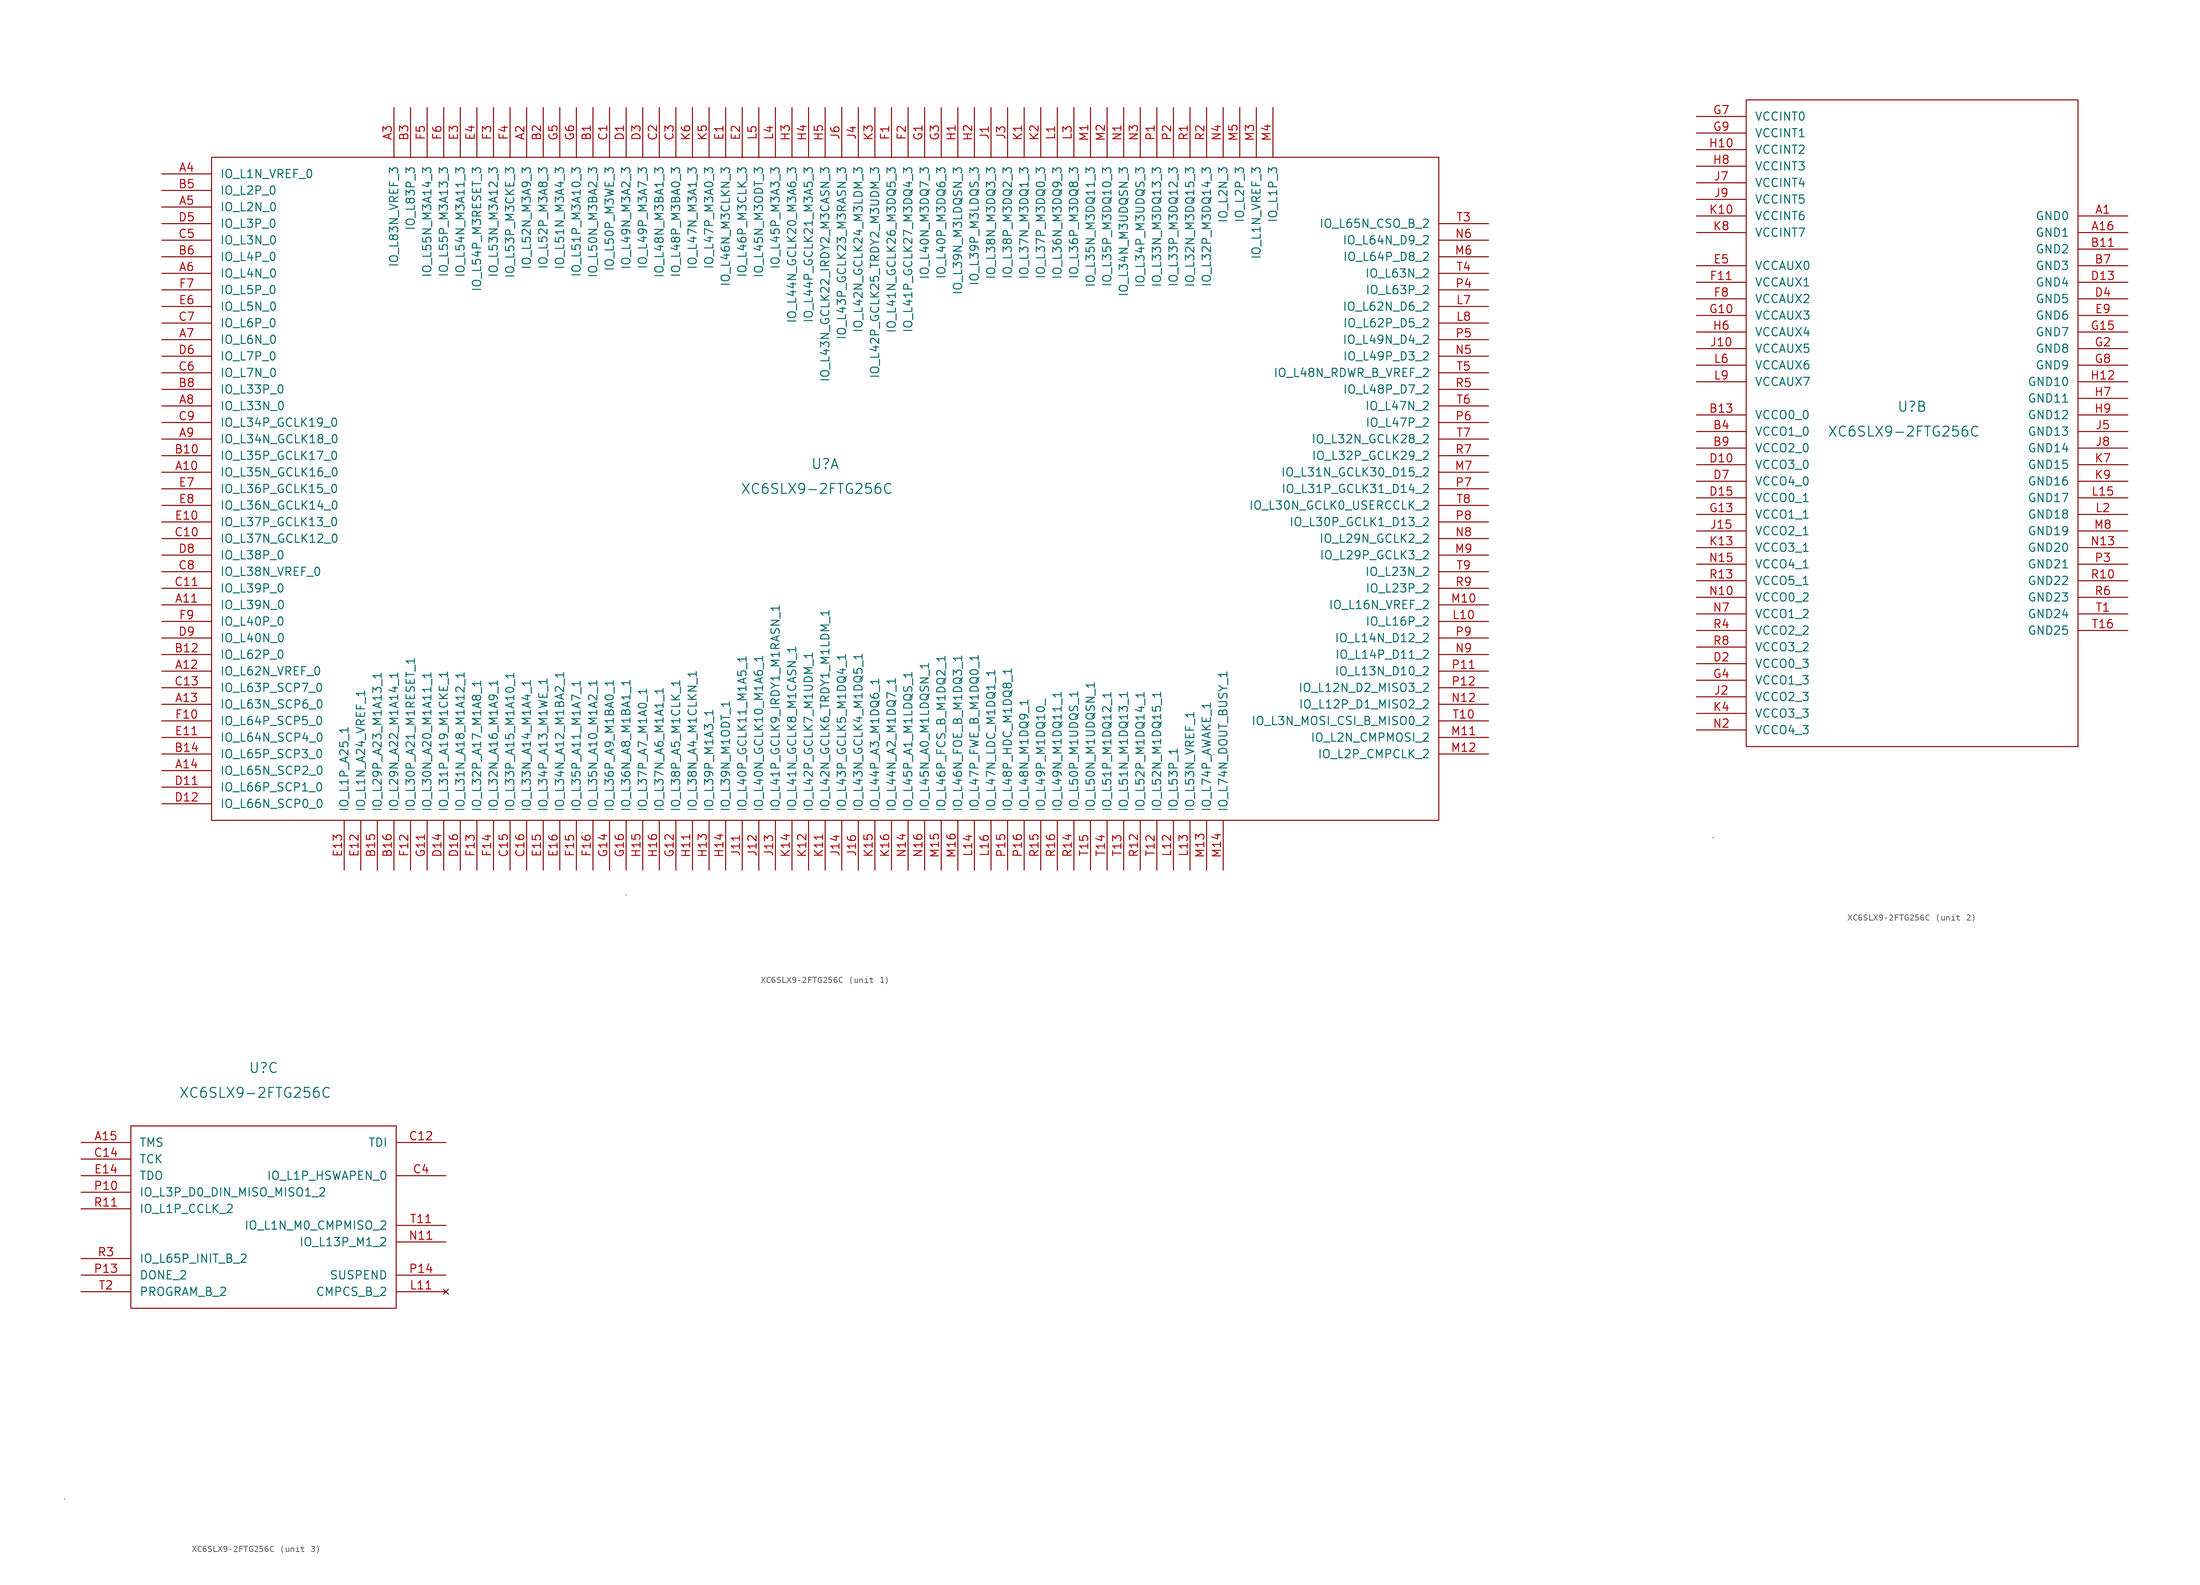
<source format=kicad_sym>
(kicad_symbol_lib
  (version 20220914)
  (generator kicad_symbol_editor)
  (symbol "XC6SLX9-2FTG256C"
    (pin_names
      (offset 1.27))
    (property "Reference" "U"
      (at 0 3.81 0)
      (effects (font (size 1.524 1.524))))
    (property "Value" "XC6SLX9-2FTG256C"
      (at -1.27 0 0)
      (effects (font (size 1.524 1.524))))
    (property "Datasheet" ""
      (at 0 0 0)
      (effects (font (size 1.524 1.524))))
    (property "ki_locked" ""
      (at 0 0 0)
      (effects (font (size 1.27 1.27))))
    (symbol "XC6SLX9-2FTG256C_0_1"
      (rectangle (start -30.48 -62.23) (end -30.48 -62.23) (stroke (width 0) (type default)) (fill (type none))))
    (symbol "XC6SLX9-2FTG256C_1_1"
      (rectangle (start -93.98 50.8) (end 93.98 -50.8) (stroke (width 0) (type default)) (fill (type none)))
      (pin bidirectional line (at -101.6 2.54 0) (length 7.62) (name "IO_L35N_GCLK16_0" (effects (font (size 1.27 1.27)))) (number "A10" (effects (font (size 1.27 1.27)))))
      (pin bidirectional line (at -101.6 -17.78 0) (length 7.62) (name "IO_L39N_0" (effects (font (size 1.27 1.27)))) (number "A11" (effects (font (size 1.27 1.27)))))
      (pin bidirectional line (at -101.6 -27.94 0) (length 7.62) (name "IO_L62N_VREF_0" (effects (font (size 1.27 1.27)))) (number "A12" (effects (font (size 1.27 1.27)))))
      (pin bidirectional line (at -101.6 -33.02 0) (length 7.62) (name "IO_L63N_SCP6_0" (effects (font (size 1.27 1.27)))) (number "A13" (effects (font (size 1.27 1.27)))))
      (pin bidirectional line (at -101.6 -43.18 0) (length 7.62) (name "IO_L65N_SCP2_0" (effects (font (size 1.27 1.27)))) (number "A14" (effects (font (size 1.27 1.27)))))
      (pin bidirectional line (at -45.72 58.42 270) (length 7.62) (name "IO_L52N_M3A9_3" (effects (font (size 1.27 1.27)))) (number "A2" (effects (font (size 1.27 1.27)))))
      (pin bidirectional line (at -66.04 58.42 270) (length 7.62) (name "IO_L83N_VREF_3" (effects (font (size 1.27 1.27)))) (number "A3" (effects (font (size 1.27 1.27)))))
      (pin bidirectional line (at -101.6 48.26 0) (length 7.62) (name "IO_L1N_VREF_0" (effects (font (size 1.27 1.27)))) (number "A4" (effects (font (size 1.27 1.27)))))
      (pin bidirectional line (at -101.6 43.18 0) (length 7.62) (name "IO_L2N_0" (effects (font (size 1.27 1.27)))) (number "A5" (effects (font (size 1.27 1.27)))))
      (pin bidirectional line (at -101.6 33.02 0) (length 7.62) (name "IO_L4N_0" (effects (font (size 1.27 1.27)))) (number "A6" (effects (font (size 1.27 1.27)))))
      (pin bidirectional line (at -101.6 22.86 0) (length 7.62) (name "IO_L6N_0" (effects (font (size 1.27 1.27)))) (number "A7" (effects (font (size 1.27 1.27)))))
      (pin bidirectional line (at -101.6 12.7 0) (length 7.62) (name "IO_L33N_0" (effects (font (size 1.27 1.27)))) (number "A8" (effects (font (size 1.27 1.27)))))
      (pin bidirectional line (at -101.6 7.62 0) (length 7.62) (name "IO_L34N_GCLK18_0" (effects (font (size 1.27 1.27)))) (number "A9" (effects (font (size 1.27 1.27)))))
      (pin bidirectional line (at -35.56 58.42 270) (length 7.62) (name "IO_L50N_M3BA2_3" (effects (font (size 1.27 1.27)))) (number "B1" (effects (font (size 1.27 1.27)))))
      (pin input line (at -101.6 5.08 0) (length 7.62) (name "IO_L35P_GCLK17_0" (effects (font (size 1.27 1.27)))) (number "B10" (effects (font (size 1.27 1.27)))))
      (pin bidirectional line (at -101.6 -25.4 0) (length 7.62) (name "IO_L62P_0" (effects (font (size 1.27 1.27)))) (number "B12" (effects (font (size 1.27 1.27)))))
      (pin bidirectional line (at -101.6 -40.64 0) (length 7.62) (name "IO_L65P_SCP3_0" (effects (font (size 1.27 1.27)))) (number "B14" (effects (font (size 1.27 1.27)))))
      (pin bidirectional line (at -68.58 -58.42 90) (length 7.62) (name "IO_L29P_A23_M1A13_1" (effects (font (size 1.27 1.27)))) (number "B15" (effects (font (size 1.27 1.27)))))
      (pin bidirectional line (at -66.04 -58.42 90) (length 7.62) (name "IO_L29N_A22_M1A14_1" (effects (font (size 1.27 1.27)))) (number "B16" (effects (font (size 1.27 1.27)))))
      (pin bidirectional line (at -43.18 58.42 270) (length 7.62) (name "IO_L52P_M3A8_3" (effects (font (size 1.27 1.27)))) (number "B2" (effects (font (size 1.27 1.27)))))
      (pin bidirectional line (at -63.5 58.42 270) (length 7.62) (name "IO_L83P_3" (effects (font (size 1.27 1.27)))) (number "B3" (effects (font (size 1.27 1.27)))))
      (pin bidirectional line (at -101.6 45.72 0) (length 7.62) (name "IO_L2P_0" (effects (font (size 1.27 1.27)))) (number "B5" (effects (font (size 1.27 1.27)))))
      (pin input line (at -101.6 35.56 0) (length 7.62) (name "IO_L4P_0" (effects (font (size 1.27 1.27)))) (number "B6" (effects (font (size 1.27 1.27)))))
      (pin bidirectional line (at -101.6 15.24 0) (length 7.62) (name "IO_L33P_0" (effects (font (size 1.27 1.27)))) (number "B8" (effects (font (size 1.27 1.27)))))
      (pin bidirectional line (at -33.02 58.42 270) (length 7.62) (name "IO_L50P_M3WE_3" (effects (font (size 1.27 1.27)))) (number "C1" (effects (font (size 1.27 1.27)))))
      (pin bidirectional line (at -101.6 -7.62 0) (length 7.62) (name "IO_L37N_GCLK12_0" (effects (font (size 1.27 1.27)))) (number "C10" (effects (font (size 1.27 1.27)))))
      (pin bidirectional line (at -101.6 -15.24 0) (length 7.62) (name "IO_L39P_0" (effects (font (size 1.27 1.27)))) (number "C11" (effects (font (size 1.27 1.27)))))
      (pin bidirectional line (at -101.6 -30.48 0) (length 7.62) (name "IO_L63P_SCP7_0" (effects (font (size 1.27 1.27)))) (number "C13" (effects (font (size 1.27 1.27)))))
      (pin input line (at -48.26 -58.42 90) (length 7.62) (name "IO_L33P_A15_M1A10_1" (effects (font (size 1.27 1.27)))) (number "C15" (effects (font (size 1.27 1.27)))))
      (pin bidirectional line (at -45.72 -58.42 90) (length 7.62) (name "IO_L33N_A14_M1A4_1" (effects (font (size 1.27 1.27)))) (number "C16" (effects (font (size 1.27 1.27)))))
      (pin bidirectional line (at -25.4 58.42 270) (length 7.62) (name "IO_L48N_M3BA1_3" (effects (font (size 1.27 1.27)))) (number "C2" (effects (font (size 1.27 1.27)))))
      (pin bidirectional line (at -22.86 58.42 270) (length 7.62) (name "IO_L48P_M3BA0_3" (effects (font (size 1.27 1.27)))) (number "C3" (effects (font (size 1.27 1.27)))))
      (pin bidirectional line (at -101.6 38.1 0) (length 7.62) (name "IO_L3N_0" (effects (font (size 1.27 1.27)))) (number "C5" (effects (font (size 1.27 1.27)))))
      (pin bidirectional line (at -101.6 17.78 0) (length 7.62) (name "IO_L7N_0" (effects (font (size 1.27 1.27)))) (number "C6" (effects (font (size 1.27 1.27)))))
      (pin bidirectional line (at -101.6 25.4 0) (length 7.62) (name "IO_L6P_0" (effects (font (size 1.27 1.27)))) (number "C7" (effects (font (size 1.27 1.27)))))
      (pin bidirectional line (at -101.6 -12.7 0) (length 7.62) (name "IO_L38N_VREF_0" (effects (font (size 1.27 1.27)))) (number "C8" (effects (font (size 1.27 1.27)))))
      (pin bidirectional line (at -101.6 10.16 0) (length 7.62) (name "IO_L34P_GCLK19_0" (effects (font (size 1.27 1.27)))) (number "C9" (effects (font (size 1.27 1.27)))))
      (pin bidirectional line (at -30.48 58.42 270) (length 7.62) (name "IO_L49N_M3A2_3" (effects (font (size 1.27 1.27)))) (number "D1" (effects (font (size 1.27 1.27)))))
      (pin bidirectional line (at -101.6 -45.72 0) (length 7.62) (name "IO_L66P_SCP1_0" (effects (font (size 1.27 1.27)))) (number "D11" (effects (font (size 1.27 1.27)))))
      (pin bidirectional line (at -101.6 -48.26 0) (length 7.62) (name "IO_L66N_SCP0_0" (effects (font (size 1.27 1.27)))) (number "D12" (effects (font (size 1.27 1.27)))))
      (pin bidirectional line (at -58.42 -58.42 90) (length 7.62) (name "IO_L31P_A19_M1CKE_1" (effects (font (size 1.27 1.27)))) (number "D14" (effects (font (size 1.27 1.27)))))
      (pin bidirectional line (at -55.88 -58.42 90) (length 7.62) (name "IO_L31N_A18_M1A12_1" (effects (font (size 1.27 1.27)))) (number "D16" (effects (font (size 1.27 1.27)))))
      (pin bidirectional line (at -27.94 58.42 270) (length 7.62) (name "IO_L49P_M3A7_3" (effects (font (size 1.27 1.27)))) (number "D3" (effects (font (size 1.27 1.27)))))
      (pin bidirectional line (at -101.6 40.64 0) (length 7.62) (name "IO_L3P_0" (effects (font (size 1.27 1.27)))) (number "D5" (effects (font (size 1.27 1.27)))))
      (pin bidirectional line (at -101.6 20.32 0) (length 7.62) (name "IO_L7P_0" (effects (font (size 1.27 1.27)))) (number "D6" (effects (font (size 1.27 1.27)))))
      (pin bidirectional line (at -101.6 -10.16 0) (length 7.62) (name "IO_L38P_0" (effects (font (size 1.27 1.27)))) (number "D8" (effects (font (size 1.27 1.27)))))
      (pin bidirectional line (at -101.6 -22.86 0) (length 7.62) (name "IO_L40N_0" (effects (font (size 1.27 1.27)))) (number "D9" (effects (font (size 1.27 1.27)))))
      (pin bidirectional line (at -15.24 58.42 270) (length 7.62) (name "IO_L46N_M3CLKN_3" (effects (font (size 1.27 1.27)))) (number "E1" (effects (font (size 1.27 1.27)))))
      (pin bidirectional line (at -101.6 -5.08 0) (length 7.62) (name "IO_L37P_GCLK13_0" (effects (font (size 1.27 1.27)))) (number "E10" (effects (font (size 1.27 1.27)))))
      (pin bidirectional line (at -101.6 -38.1 0) (length 7.62) (name "IO_L64N_SCP4_0" (effects (font (size 1.27 1.27)))) (number "E11" (effects (font (size 1.27 1.27)))))
      (pin bidirectional line (at -71.12 -58.42 90) (length 7.62) (name "IO_L1N_A24_VREF_1" (effects (font (size 1.27 1.27)))) (number "E12" (effects (font (size 1.27 1.27)))))
      (pin bidirectional line (at -73.66 -58.42 90) (length 7.62) (name "IO_L1P_A25_1" (effects (font (size 1.27 1.27)))) (number "E13" (effects (font (size 1.27 1.27)))))
      (pin bidirectional line (at -43.18 -58.42 90) (length 7.62) (name "IO_L34P_A13_M1WE_1" (effects (font (size 1.27 1.27)))) (number "E15" (effects (font (size 1.27 1.27)))))
      (pin bidirectional line (at -40.64 -58.42 90) (length 7.62) (name "IO_L34N_A12_M1BA2_1" (effects (font (size 1.27 1.27)))) (number "E16" (effects (font (size 1.27 1.27)))))
      (pin bidirectional line (at -12.7 58.42 270) (length 7.62) (name "IO_L46P_M3CLK_3" (effects (font (size 1.27 1.27)))) (number "E2" (effects (font (size 1.27 1.27)))))
      (pin bidirectional line (at -55.88 58.42 270) (length 7.62) (name "IO_L54N_M3A11_3" (effects (font (size 1.27 1.27)))) (number "E3" (effects (font (size 1.27 1.27)))))
      (pin bidirectional line (at -53.34 58.42 270) (length 7.62) (name "IO_L54P_M3RESET_3" (effects (font (size 1.27 1.27)))) (number "E4" (effects (font (size 1.27 1.27)))))
      (pin bidirectional line (at -101.6 27.94 0) (length 7.62) (name "IO_L5N_0" (effects (font (size 1.27 1.27)))) (number "E6" (effects (font (size 1.27 1.27)))))
      (pin bidirectional line (at -101.6 0 0) (length 7.62) (name "IO_L36P_GCLK15_0" (effects (font (size 1.27 1.27)))) (number "E7" (effects (font (size 1.27 1.27)))))
      (pin bidirectional line (at -101.6 -2.54 0) (length 7.62) (name "IO_L36N_GCLK14_0" (effects (font (size 1.27 1.27)))) (number "E8" (effects (font (size 1.27 1.27)))))
      (pin bidirectional line (at 10.16 58.42 270) (length 7.62) (name "IO_L41N_GCLK26_M3DQ5_3" (effects (font (size 1.27 1.27)))) (number "F1" (effects (font (size 1.27 1.27)))))
      (pin bidirectional line (at -101.6 -35.56 0) (length 7.62) (name "IO_L64P_SCP5_0" (effects (font (size 1.27 1.27)))) (number "F10" (effects (font (size 1.27 1.27)))))
      (pin bidirectional line (at -63.5 -58.42 90) (length 7.62) (name "IO_L30P_A21_M1RESET_1" (effects (font (size 1.27 1.27)))) (number "F12" (effects (font (size 1.27 1.27)))))
      (pin bidirectional line (at -53.34 -58.42 90) (length 7.62) (name "IO_L32P_A17_M1A8_1" (effects (font (size 1.27 1.27)))) (number "F13" (effects (font (size 1.27 1.27)))))
      (pin bidirectional line (at -50.8 -58.42 90) (length 7.62) (name "IO_L32N_A16_M1A9_1" (effects (font (size 1.27 1.27)))) (number "F14" (effects (font (size 1.27 1.27)))))
      (pin bidirectional line (at -38.1 -58.42 90) (length 7.62) (name "IO_L35P_A11_M1A7_1" (effects (font (size 1.27 1.27)))) (number "F15" (effects (font (size 1.27 1.27)))))
      (pin bidirectional line (at -35.56 -58.42 90) (length 7.62) (name "IO_L35N_A10_M1A2_1" (effects (font (size 1.27 1.27)))) (number "F16" (effects (font (size 1.27 1.27)))))
      (pin bidirectional line (at 12.7 58.42 270) (length 7.62) (name "IO_L41P_GCLK27_M3DQ4_3" (effects (font (size 1.27 1.27)))) (number "F2" (effects (font (size 1.27 1.27)))))
      (pin bidirectional line (at -50.8 58.42 270) (length 7.62) (name "IO_L53N_M3A12_3" (effects (font (size 1.27 1.27)))) (number "F3" (effects (font (size 1.27 1.27)))))
      (pin bidirectional line (at -48.26 58.42 270) (length 7.62) (name "IO_L53P_M3CKE_3" (effects (font (size 1.27 1.27)))) (number "F4" (effects (font (size 1.27 1.27)))))
      (pin bidirectional line (at -60.96 58.42 270) (length 7.62) (name "IO_L55N_M3A14_3" (effects (font (size 1.27 1.27)))) (number "F5" (effects (font (size 1.27 1.27)))))
      (pin bidirectional line (at -58.42 58.42 270) (length 7.62) (name "IO_L55P_M3A13_3" (effects (font (size 1.27 1.27)))) (number "F6" (effects (font (size 1.27 1.27)))))
      (pin bidirectional line (at -101.6 30.48 0) (length 7.62) (name "IO_L5P_0" (effects (font (size 1.27 1.27)))) (number "F7" (effects (font (size 1.27 1.27)))))
      (pin bidirectional line (at -101.6 -20.32 0) (length 7.62) (name "IO_L40P_0" (effects (font (size 1.27 1.27)))) (number "F9" (effects (font (size 1.27 1.27)))))
      (pin bidirectional line (at 15.24 58.42 270) (length 7.62) (name "IO_L40N_M3DQ7_3" (effects (font (size 1.27 1.27)))) (number "G1" (effects (font (size 1.27 1.27)))))
      (pin bidirectional line (at -60.96 -58.42 90) (length 7.62) (name "IO_L30N_A20_M1A11_1" (effects (font (size 1.27 1.27)))) (number "G11" (effects (font (size 1.27 1.27)))))
      (pin bidirectional line (at -22.86 -58.42 90) (length 7.62) (name "IO_L38P_A5_M1CLK_1" (effects (font (size 1.27 1.27)))) (number "G12" (effects (font (size 1.27 1.27)))))
      (pin bidirectional line (at -33.02 -58.42 90) (length 7.62) (name "IO_L36P_A9_M1BA0_1" (effects (font (size 1.27 1.27)))) (number "G14" (effects (font (size 1.27 1.27)))))
      (pin bidirectional line (at -30.48 -58.42 90) (length 7.62) (name "IO_L36N_A8_M1BA1_1" (effects (font (size 1.27 1.27)))) (number "G16" (effects (font (size 1.27 1.27)))))
      (pin bidirectional line (at 17.78 58.42 270) (length 7.62) (name "IO_L40P_M3DQ6_3" (effects (font (size 1.27 1.27)))) (number "G3" (effects (font (size 1.27 1.27)))))
      (pin bidirectional line (at -40.64 58.42 270) (length 7.62) (name "IO_L51N_M3A4_3" (effects (font (size 1.27 1.27)))) (number "G5" (effects (font (size 1.27 1.27)))))
      (pin bidirectional line (at -38.1 58.42 270) (length 7.62) (name "IO_L51P_M3A10_3" (effects (font (size 1.27 1.27)))) (number "G6" (effects (font (size 1.27 1.27)))))
      (pin bidirectional line (at 20.32 58.42 270) (length 7.62) (name "IO_L39N_M3LDQSN_3" (effects (font (size 1.27 1.27)))) (number "H1" (effects (font (size 1.27 1.27)))))
      (pin bidirectional line (at -20.32 -58.42 90) (length 7.62) (name "IO_L38N_A4_M1CLKN_1" (effects (font (size 1.27 1.27)))) (number "H11" (effects (font (size 1.27 1.27)))))
      (pin bidirectional line (at -17.78 -58.42 90) (length 7.62) (name "IO_L39P_M1A3_1" (effects (font (size 1.27 1.27)))) (number "H13" (effects (font (size 1.27 1.27)))))
      (pin input line (at -15.24 -58.42 90) (length 7.62) (name "IO_L39N_M1ODT_1" (effects (font (size 1.27 1.27)))) (number "H14" (effects (font (size 1.27 1.27)))))
      (pin bidirectional line (at -27.94 -58.42 90) (length 7.62) (name "IO_L37P_A7_M1A0_1" (effects (font (size 1.27 1.27)))) (number "H15" (effects (font (size 1.27 1.27)))))
      (pin bidirectional line (at -25.4 -58.42 90) (length 7.62) (name "IO_L37N_A6_M1A1_1" (effects (font (size 1.27 1.27)))) (number "H16" (effects (font (size 1.27 1.27)))))
      (pin bidirectional line (at 22.86 58.42 270) (length 7.62) (name "IO_L39P_M3LDQS_3" (effects (font (size 1.27 1.27)))) (number "H2" (effects (font (size 1.27 1.27)))))
      (pin bidirectional line (at -5.08 58.42 270) (length 7.62) (name "IO_L44N_GCLK20_M3A6_3" (effects (font (size 1.27 1.27)))) (number "H3" (effects (font (size 1.27 1.27)))))
      (pin bidirectional line (at -2.54 58.42 270) (length 7.62) (name "IO_L44P_GCLK21_M3A5_3" (effects (font (size 1.27 1.27)))) (number "H4" (effects (font (size 1.27 1.27)))))
      (pin bidirectional line (at 0 58.42 270) (length 7.62) (name "IO_L43N_GCLK22_IRDY2_M3CASN_3" (effects (font (size 1.27 1.27)))) (number "H5" (effects (font (size 1.27 1.27)))))
      (pin bidirectional line (at 25.4 58.42 270) (length 7.62) (name "IO_L38N_M3DQ3_3" (effects (font (size 1.27 1.27)))) (number "J1" (effects (font (size 1.27 1.27)))))
      (pin bidirectional line (at -12.7 -58.42 90) (length 7.62) (name "IO_L40P_GCLK11_M1A5_1" (effects (font (size 1.27 1.27)))) (number "J11" (effects (font (size 1.27 1.27)))))
      (pin bidirectional line (at -10.16 -58.42 90) (length 7.62) (name "IO_L40N_GCLK10_M1A6_1" (effects (font (size 1.27 1.27)))) (number "J12" (effects (font (size 1.27 1.27)))))
      (pin bidirectional line (at -7.62 -58.42 90) (length 7.62) (name "IO_L41P_GCLK9_IRDY1_M1RASN_1" (effects (font (size 1.27 1.27)))) (number "J13" (effects (font (size 1.27 1.27)))))
      (pin bidirectional line (at 2.54 -58.42 90) (length 7.62) (name "IO_L43P_GCLK5_M1DQ4_1" (effects (font (size 1.27 1.27)))) (number "J14" (effects (font (size 1.27 1.27)))))
      (pin bidirectional line (at 5.08 -58.42 90) (length 7.62) (name "IO_L43N_GCLK4_M1DQ5_1" (effects (font (size 1.27 1.27)))) (number "J16" (effects (font (size 1.27 1.27)))))
      (pin bidirectional line (at 27.94 58.42 270) (length 7.62) (name "IO_L38P_M3DQ2_3" (effects (font (size 1.27 1.27)))) (number "J3" (effects (font (size 1.27 1.27)))))
      (pin bidirectional line (at 5.08 58.42 270) (length 7.62) (name "IO_L42N_GCLK24_M3LDM_3" (effects (font (size 1.27 1.27)))) (number "J4" (effects (font (size 1.27 1.27)))))
      (pin bidirectional line (at 2.54 58.42 270) (length 7.62) (name "IO_L43P_GCLK23_M3RASN_3" (effects (font (size 1.27 1.27)))) (number "J6" (effects (font (size 1.27 1.27)))))
      (pin bidirectional line (at 30.48 58.42 270) (length 7.62) (name "IO_L37N_M3DQ1_3" (effects (font (size 1.27 1.27)))) (number "K1" (effects (font (size 1.27 1.27)))))
      (pin bidirectional line (at 0 -58.42 90) (length 7.62) (name "IO_L42N_GCLK6_TRDY1_M1LDM_1" (effects (font (size 1.27 1.27)))) (number "K11" (effects (font (size 1.27 1.27)))))
      (pin bidirectional line (at -2.54 -58.42 90) (length 7.62) (name "IO_L42P_GCLK7_M1UDM_1" (effects (font (size 1.27 1.27)))) (number "K12" (effects (font (size 1.27 1.27)))))
      (pin bidirectional line (at -5.08 -58.42 90) (length 7.62) (name "IO_L41N_GCLK8_M1CASN_1" (effects (font (size 1.27 1.27)))) (number "K14" (effects (font (size 1.27 1.27)))))
      (pin bidirectional line (at 7.62 -58.42 90) (length 7.62) (name "IO_L44P_A3_M1DQ6_1" (effects (font (size 1.27 1.27)))) (number "K15" (effects (font (size 1.27 1.27)))))
      (pin bidirectional line (at 10.16 -58.42 90) (length 7.62) (name "IO_L44N_A2_M1DQ7_1" (effects (font (size 1.27 1.27)))) (number "K16" (effects (font (size 1.27 1.27)))))
      (pin bidirectional line (at 33.02 58.42 270) (length 7.62) (name "IO_L37P_M3DQ0_3" (effects (font (size 1.27 1.27)))) (number "K2" (effects (font (size 1.27 1.27)))))
      (pin bidirectional line (at 7.62 58.42 270) (length 7.62) (name "IO_L42P_GCLK25_TRDY2_M3UDM_3" (effects (font (size 1.27 1.27)))) (number "K3" (effects (font (size 1.27 1.27)))))
      (pin bidirectional line (at -17.78 58.42 270) (length 7.62) (name "IO_L47P_M3A0_3" (effects (font (size 1.27 1.27)))) (number "K5" (effects (font (size 1.27 1.27)))))
      (pin bidirectional line (at -20.32 58.42 270) (length 7.62) (name "IO_L47N_M3A1_3" (effects (font (size 1.27 1.27)))) (number "K6" (effects (font (size 1.27 1.27)))))
      (pin bidirectional line (at 35.56 58.42 270) (length 7.62) (name "IO_L36N_M3DQ9_3" (effects (font (size 1.27 1.27)))) (number "L1" (effects (font (size 1.27 1.27)))))
      (pin bidirectional line (at 101.6 -20.32 180) (length 7.62) (name "IO_L16P_2" (effects (font (size 1.27 1.27)))) (number "L10" (effects (font (size 1.27 1.27)))))
      (pin bidirectional line (at 53.34 -58.42 90) (length 7.62) (name "IO_L53P_1" (effects (font (size 1.27 1.27)))) (number "L12" (effects (font (size 1.27 1.27)))))
      (pin bidirectional line (at 55.88 -58.42 90) (length 7.62) (name "IO_L53N_VREF_1" (effects (font (size 1.27 1.27)))) (number "L13" (effects (font (size 1.27 1.27)))))
      (pin bidirectional line (at 22.86 -58.42 90) (length 7.62) (name "IO_L47P_FWE_B_M1DQ0_1" (effects (font (size 1.27 1.27)))) (number "L14" (effects (font (size 1.27 1.27)))))
      (pin bidirectional line (at 25.4 -58.42 90) (length 7.62) (name "IO_L47N_LDC_M1DQ1_1" (effects (font (size 1.27 1.27)))) (number "L16" (effects (font (size 1.27 1.27)))))
      (pin bidirectional line (at 38.1 58.42 270) (length 7.62) (name "IO_L36P_M3DQ8_3" (effects (font (size 1.27 1.27)))) (number "L3" (effects (font (size 1.27 1.27)))))
      (pin bidirectional line (at -7.62 58.42 270) (length 7.62) (name "IO_L45P_M3A3_3" (effects (font (size 1.27 1.27)))) (number "L4" (effects (font (size 1.27 1.27)))))
      (pin bidirectional line (at -10.16 58.42 270) (length 7.62) (name "IO_L45N_M3ODT_3" (effects (font (size 1.27 1.27)))) (number "L5" (effects (font (size 1.27 1.27)))))
      (pin input line (at 101.6 27.94 180) (length 7.62) (name "IO_L62N_D6_2" (effects (font (size 1.27 1.27)))) (number "L7" (effects (font (size 1.27 1.27)))))
      (pin input line (at 101.6 25.4 180) (length 7.62) (name "IO_L62P_D5_2" (effects (font (size 1.27 1.27)))) (number "L8" (effects (font (size 1.27 1.27)))))
      (pin bidirectional line (at 40.64 58.42 270) (length 7.62) (name "IO_L35N_M3DQ11_3" (effects (font (size 1.27 1.27)))) (number "M1" (effects (font (size 1.27 1.27)))))
      (pin bidirectional line (at 101.6 -17.78 180) (length 7.62) (name "IO_L16N_VREF_2" (effects (font (size 1.27 1.27)))) (number "M10" (effects (font (size 1.27 1.27)))))
      (pin bidirectional line (at 101.6 -38.1 180) (length 7.62) (name "IO_L2N_CMPMOSI_2" (effects (font (size 1.27 1.27)))) (number "M11" (effects (font (size 1.27 1.27)))))
      (pin bidirectional line (at 101.6 -40.64 180) (length 7.62) (name "IO_L2P_CMPCLK_2" (effects (font (size 1.27 1.27)))) (number "M12" (effects (font (size 1.27 1.27)))))
      (pin bidirectional line (at 58.42 -58.42 90) (length 7.62) (name "IO_L74P_AWAKE_1" (effects (font (size 1.27 1.27)))) (number "M13" (effects (font (size 1.27 1.27)))))
      (pin bidirectional line (at 60.96 -58.42 90) (length 7.62) (name "IO_L74N_DOUT_BUSY_1" (effects (font (size 1.27 1.27)))) (number "M14" (effects (font (size 1.27 1.27)))))
      (pin bidirectional line (at 17.78 -58.42 90) (length 7.62) (name "IO_L46P_FCS_B_M1DQ2_1" (effects (font (size 1.27 1.27)))) (number "M15" (effects (font (size 1.27 1.27)))))
      (pin bidirectional line (at 20.32 -58.42 90) (length 7.62) (name "IO_L46N_FOE_B_M1DQ3_1" (effects (font (size 1.27 1.27)))) (number "M16" (effects (font (size 1.27 1.27)))))
      (pin bidirectional line (at 43.18 58.42 270) (length 7.62) (name "IO_L35P_M3DQ10_3" (effects (font (size 1.27 1.27)))) (number "M2" (effects (font (size 1.27 1.27)))))
      (pin bidirectional line (at 66.04 58.42 270) (length 7.62) (name "IO_L1N_VREF_3" (effects (font (size 1.27 1.27)))) (number "M3" (effects (font (size 1.27 1.27)))))
      (pin bidirectional line (at 68.58 58.42 270) (length 7.62) (name "IO_L1P_3" (effects (font (size 1.27 1.27)))) (number "M4" (effects (font (size 1.27 1.27)))))
      (pin bidirectional line (at 63.5 58.42 270) (length 7.62) (name "IO_L2P_3" (effects (font (size 1.27 1.27)))) (number "M5" (effects (font (size 1.27 1.27)))))
      (pin input line (at 101.6 35.56 180) (length 7.62) (name "IO_L64P_D8_2" (effects (font (size 1.27 1.27)))) (number "M6" (effects (font (size 1.27 1.27)))))
      (pin bidirectional line (at 101.6 2.54 180) (length 7.62) (name "IO_L31N_GCLK30_D15_2" (effects (font (size 1.27 1.27)))) (number "M7" (effects (font (size 1.27 1.27)))))
      (pin bidirectional line (at 101.6 -10.16 180) (length 7.62) (name "IO_L29P_GCLK3_2" (effects (font (size 1.27 1.27)))) (number "M9" (effects (font (size 1.27 1.27)))))
      (pin bidirectional line (at 45.72 58.42 270) (length 7.62) (name "IO_L34N_M3UDQSN_3" (effects (font (size 1.27 1.27)))) (number "N1" (effects (font (size 1.27 1.27)))))
      (pin bidirectional line (at 101.6 -33.02 180) (length 7.62) (name "IO_L12P_D1_MISO2_2" (effects (font (size 1.27 1.27)))) (number "N12" (effects (font (size 1.27 1.27)))))
      (pin bidirectional line (at 12.7 -58.42 90) (length 7.62) (name "IO_L45P_A1_M1LDQS_1" (effects (font (size 1.27 1.27)))) (number "N14" (effects (font (size 1.27 1.27)))))
      (pin bidirectional line (at 15.24 -58.42 90) (length 7.62) (name "IO_L45N_A0_M1LDQSN_1" (effects (font (size 1.27 1.27)))) (number "N16" (effects (font (size 1.27 1.27)))))
      (pin input line (at 48.26 58.42 270) (length 7.62) (name "IO_L34P_M3UDQS_3" (effects (font (size 1.27 1.27)))) (number "N3" (effects (font (size 1.27 1.27)))))
      (pin bidirectional line (at 60.96 58.42 270) (length 7.62) (name "IO_L2N_3" (effects (font (size 1.27 1.27)))) (number "N4" (effects (font (size 1.27 1.27)))))
      (pin input line (at 101.6 20.32 180) (length 7.62) (name "IO_L49P_D3_2" (effects (font (size 1.27 1.27)))) (number "N5" (effects (font (size 1.27 1.27)))))
      (pin input line (at 101.6 38.1 180) (length 7.62) (name "IO_L64N_D9_2" (effects (font (size 1.27 1.27)))) (number "N6" (effects (font (size 1.27 1.27)))))
      (pin bidirectional line (at 101.6 -7.62 180) (length 7.62) (name "IO_L29N_GCLK2_2" (effects (font (size 1.27 1.27)))) (number "N8" (effects (font (size 1.27 1.27)))))
      (pin bidirectional line (at 101.6 -25.4 180) (length 7.62) (name "IO_L14P_D11_2" (effects (font (size 1.27 1.27)))) (number "N9" (effects (font (size 1.27 1.27)))))
      (pin bidirectional line (at 50.8 58.42 270) (length 7.62) (name "IO_L33N_M3DQ13_3" (effects (font (size 1.27 1.27)))) (number "P1" (effects (font (size 1.27 1.27)))))
      (pin bidirectional line (at 101.6 -27.94 180) (length 7.62) (name "IO_L13N_D10_2" (effects (font (size 1.27 1.27)))) (number "P11" (effects (font (size 1.27 1.27)))))
      (pin bidirectional line (at 101.6 -30.48 180) (length 7.62) (name "IO_L12N_D2_MISO3_2" (effects (font (size 1.27 1.27)))) (number "P12" (effects (font (size 1.27 1.27)))))
      (pin bidirectional line (at 27.94 -58.42 90) (length 7.62) (name "IO_L48P_HDC_M1DQ8_1" (effects (font (size 1.27 1.27)))) (number "P15" (effects (font (size 1.27 1.27)))))
      (pin bidirectional line (at 30.48 -58.42 90) (length 7.62) (name "IO_L48N_M1DQ9_1" (effects (font (size 1.27 1.27)))) (number "P16" (effects (font (size 1.27 1.27)))))
      (pin bidirectional line (at 53.34 58.42 270) (length 7.62) (name "IO_L33P_M3DQ12_3" (effects (font (size 1.27 1.27)))) (number "P2" (effects (font (size 1.27 1.27)))))
      (pin input line (at 101.6 30.48 180) (length 7.62) (name "IO_L63P_2" (effects (font (size 1.27 1.27)))) (number "P4" (effects (font (size 1.27 1.27)))))
      (pin input line (at 101.6 22.86 180) (length 7.62) (name "IO_L49N_D4_2" (effects (font (size 1.27 1.27)))) (number "P5" (effects (font (size 1.27 1.27)))))
      (pin input line (at 101.6 10.16 180) (length 7.62) (name "IO_L47P_2" (effects (font (size 1.27 1.27)))) (number "P6" (effects (font (size 1.27 1.27)))))
      (pin bidirectional line (at 101.6 0 180) (length 7.62) (name "IO_L31P_GCLK31_D14_2" (effects (font (size 1.27 1.27)))) (number "P7" (effects (font (size 1.27 1.27)))))
      (pin bidirectional line (at 101.6 -5.08 180) (length 7.62) (name "IO_L30P_GCLK1_D13_2" (effects (font (size 1.27 1.27)))) (number "P8" (effects (font (size 1.27 1.27)))))
      (pin bidirectional line (at 101.6 -22.86 180) (length 7.62) (name "IO_L14N_D12_2" (effects (font (size 1.27 1.27)))) (number "P9" (effects (font (size 1.27 1.27)))))
      (pin bidirectional line (at 55.88 58.42 270) (length 7.62) (name "IO_L32N_M3DQ15_3" (effects (font (size 1.27 1.27)))) (number "R1" (effects (font (size 1.27 1.27)))))
      (pin bidirectional line (at 48.26 -58.42 90) (length 7.62) (name "IO_L52P_M1DQ14_1" (effects (font (size 1.27 1.27)))) (number "R12" (effects (font (size 1.27 1.27)))))
      (pin bidirectional line (at 38.1 -58.42 90) (length 7.62) (name "IO_L50P_M1UDQS_1" (effects (font (size 1.27 1.27)))) (number "R14" (effects (font (size 1.27 1.27)))))
      (pin bidirectional line (at 33.02 -58.42 90) (length 7.62) (name "IO_L49P_M1DQ10_" (effects (font (size 1.27 1.27)))) (number "R15" (effects (font (size 1.27 1.27)))))
      (pin bidirectional line (at 35.56 -58.42 90) (length 7.62) (name "IO_L49N_M1DQ11_1" (effects (font (size 1.27 1.27)))) (number "R16" (effects (font (size 1.27 1.27)))))
      (pin bidirectional line (at 58.42 58.42 270) (length 7.62) (name "IO_L32P_M3DQ14_3" (effects (font (size 1.27 1.27)))) (number "R2" (effects (font (size 1.27 1.27)))))
      (pin input line (at 101.6 15.24 180) (length 7.62) (name "IO_L48P_D7_2" (effects (font (size 1.27 1.27)))) (number "R5" (effects (font (size 1.27 1.27)))))
      (pin bidirectional line (at 101.6 5.08 180) (length 7.62) (name "IO_L32P_GCLK29_2" (effects (font (size 1.27 1.27)))) (number "R7" (effects (font (size 1.27 1.27)))))
      (pin bidirectional line (at 101.6 -15.24 180) (length 7.62) (name "IO_L23P_2" (effects (font (size 1.27 1.27)))) (number "R9" (effects (font (size 1.27 1.27)))))
      (pin bidirectional line (at 101.6 -35.56 180) (length 7.62) (name "IO_L3N_MOSI_CSI_B_MISO0_2" (effects (font (size 1.27 1.27)))) (number "T10" (effects (font (size 1.27 1.27)))))
      (pin bidirectional line (at 50.8 -58.42 90) (length 7.62) (name "IO_L52N_M1DQ15_1" (effects (font (size 1.27 1.27)))) (number "T12" (effects (font (size 1.27 1.27)))))
      (pin bidirectional line (at 45.72 -58.42 90) (length 7.62) (name "IO_L51N_M1DQ13_1" (effects (font (size 1.27 1.27)))) (number "T13" (effects (font (size 1.27 1.27)))))
      (pin bidirectional line (at 43.18 -58.42 90) (length 7.62) (name "IO_L51P_M1DQ12_1" (effects (font (size 1.27 1.27)))) (number "T14" (effects (font (size 1.27 1.27)))))
      (pin bidirectional line (at 40.64 -58.42 90) (length 7.62) (name "IO_L50N_M1UDQSN_1" (effects (font (size 1.27 1.27)))) (number "T15" (effects (font (size 1.27 1.27)))))
      (pin input line (at 101.6 40.64 180) (length 7.62) (name "IO_L65N_CSO_B_2" (effects (font (size 1.27 1.27)))) (number "T3" (effects (font (size 1.27 1.27)))))
      (pin input line (at 101.6 33.02 180) (length 7.62) (name "IO_L63N_2" (effects (font (size 1.27 1.27)))) (number "T4" (effects (font (size 1.27 1.27)))))
      (pin input line (at 101.6 17.78 180) (length 7.62) (name "IO_L48N_RDWR_B_VREF_2" (effects (font (size 1.27 1.27)))) (number "T5" (effects (font (size 1.27 1.27)))))
      (pin input line (at 101.6 12.7 180) (length 7.62) (name "IO_L47N_2" (effects (font (size 1.27 1.27)))) (number "T6" (effects (font (size 1.27 1.27)))))
      (pin bidirectional line (at 101.6 7.62 180) (length 7.62) (name "IO_L32N_GCLK28_2" (effects (font (size 1.27 1.27)))) (number "T7" (effects (font (size 1.27 1.27)))))
      (pin bidirectional line (at 101.6 -2.54 180) (length 7.62) (name "IO_L30N_GCLK0_USERCCLK_2" (effects (font (size 1.27 1.27)))) (number "T8" (effects (font (size 1.27 1.27)))))
      (pin bidirectional line (at 101.6 -12.7 180) (length 7.62) (name "IO_L23N_2" (effects (font (size 1.27 1.27)))) (number "T9" (effects (font (size 1.27 1.27))))))
    (symbol "XC6SLX9-2FTG256C_2_1"
      (rectangle (start -25.4 50.8) (end 25.4 -48.26) (stroke (width 0) (type default)) (fill (type none)))
      (pin power_in line (at 33.02 33.02 180) (length 7.62) (name "GND0" (effects (font (size 1.27 1.27)))) (number "A1" (effects (font (size 1.27 1.27)))))
      (pin power_in line (at 33.02 30.48 180) (length 7.62) (name "GND1" (effects (font (size 1.27 1.27)))) (number "A16" (effects (font (size 1.27 1.27)))))
      (pin power_in line (at 33.02 27.94 180) (length 7.62) (name "GND2" (effects (font (size 1.27 1.27)))) (number "B11" (effects (font (size 1.27 1.27)))))
      (pin power_in line (at -33.02 2.54 0) (length 7.62) (name "VCCO0_0" (effects (font (size 1.27 1.27)))) (number "B13" (effects (font (size 1.27 1.27)))))
      (pin power_in line (at -33.02 0 0) (length 7.62) (name "VCCO1_0" (effects (font (size 1.27 1.27)))) (number "B4" (effects (font (size 1.27 1.27)))))
      (pin power_in line (at 33.02 25.4 180) (length 7.62) (name "GND3" (effects (font (size 1.27 1.27)))) (number "B7" (effects (font (size 1.27 1.27)))))
      (pin power_in line (at -33.02 -2.54 0) (length 7.62) (name "VCCO2_0" (effects (font (size 1.27 1.27)))) (number "B9" (effects (font (size 1.27 1.27)))))
      (pin power_in line (at -33.02 -5.08 0) (length 7.62) (name "VCCO3_0" (effects (font (size 1.27 1.27)))) (number "D10" (effects (font (size 1.27 1.27)))))
      (pin power_in line (at 33.02 22.86 180) (length 7.62) (name "GND4" (effects (font (size 1.27 1.27)))) (number "D13" (effects (font (size 1.27 1.27)))))
      (pin power_in line (at -33.02 -10.16 0) (length 7.62) (name "VCCO0_1" (effects (font (size 1.27 1.27)))) (number "D15" (effects (font (size 1.27 1.27)))))
      (pin power_in line (at -33.02 -35.56 0) (length 7.62) (name "VCCO0_3" (effects (font (size 1.27 1.27)))) (number "D2" (effects (font (size 1.27 1.27)))))
      (pin power_in line (at 33.02 20.32 180) (length 7.62) (name "GND5" (effects (font (size 1.27 1.27)))) (number "D4" (effects (font (size 1.27 1.27)))))
      (pin power_in line (at -33.02 -7.62 0) (length 7.62) (name "VCCO4_0" (effects (font (size 1.27 1.27)))) (number "D7" (effects (font (size 1.27 1.27)))))
      (pin power_in line (at -33.02 25.4 0) (length 7.62) (name "VCCAUX0" (effects (font (size 1.27 1.27)))) (number "E5" (effects (font (size 1.27 1.27)))))
      (pin power_in line (at 33.02 17.78 180) (length 7.62) (name "GND6" (effects (font (size 1.27 1.27)))) (number "E9" (effects (font (size 1.27 1.27)))))
      (pin power_in line (at -33.02 22.86 0) (length 7.62) (name "VCCAUX1" (effects (font (size 1.27 1.27)))) (number "F11" (effects (font (size 1.27 1.27)))))
      (pin power_in line (at -33.02 20.32 0) (length 7.62) (name "VCCAUX2" (effects (font (size 1.27 1.27)))) (number "F8" (effects (font (size 1.27 1.27)))))
      (pin power_in line (at -33.02 17.78 0) (length 7.62) (name "VCCAUX3" (effects (font (size 1.27 1.27)))) (number "G10" (effects (font (size 1.27 1.27)))))
      (pin power_in line (at -33.02 -12.7 0) (length 7.62) (name "VCCO1_1" (effects (font (size 1.27 1.27)))) (number "G13" (effects (font (size 1.27 1.27)))))
      (pin power_in line (at 33.02 15.24 180) (length 7.62) (name "GND7" (effects (font (size 1.27 1.27)))) (number "G15" (effects (font (size 1.27 1.27)))))
      (pin power_in line (at 33.02 12.7 180) (length 7.62) (name "GND8" (effects (font (size 1.27 1.27)))) (number "G2" (effects (font (size 1.27 1.27)))))
      (pin power_in line (at -33.02 -38.1 0) (length 7.62) (name "VCCO1_3" (effects (font (size 1.27 1.27)))) (number "G4" (effects (font (size 1.27 1.27)))))
      (pin power_in line (at -33.02 48.26 0) (length 7.62) (name "VCCINT0" (effects (font (size 1.27 1.27)))) (number "G7" (effects (font (size 1.27 1.27)))))
      (pin power_in line (at 33.02 10.16 180) (length 7.62) (name "GND9" (effects (font (size 1.27 1.27)))) (number "G8" (effects (font (size 1.27 1.27)))))
      (pin power_in line (at -33.02 45.72 0) (length 7.62) (name "VCCINT1" (effects (font (size 1.27 1.27)))) (number "G9" (effects (font (size 1.27 1.27)))))
      (pin power_in line (at -33.02 43.18 0) (length 7.62) (name "VCCINT2" (effects (font (size 1.27 1.27)))) (number "H10" (effects (font (size 1.27 1.27)))))
      (pin power_in line (at 33.02 7.62 180) (length 7.62) (name "GND10" (effects (font (size 1.27 1.27)))) (number "H12" (effects (font (size 1.27 1.27)))))
      (pin power_in line (at -33.02 15.24 0) (length 7.62) (name "VCCAUX4" (effects (font (size 1.27 1.27)))) (number "H6" (effects (font (size 1.27 1.27)))))
      (pin power_in line (at 33.02 5.08 180) (length 7.62) (name "GND11" (effects (font (size 1.27 1.27)))) (number "H7" (effects (font (size 1.27 1.27)))))
      (pin power_in line (at -33.02 40.64 0) (length 7.62) (name "VCCINT3" (effects (font (size 1.27 1.27)))) (number "H8" (effects (font (size 1.27 1.27)))))
      (pin power_in line (at 33.02 2.54 180) (length 7.62) (name "GND12" (effects (font (size 1.27 1.27)))) (number "H9" (effects (font (size 1.27 1.27)))))
      (pin power_in line (at -33.02 12.7 0) (length 7.62) (name "VCCAUX5" (effects (font (size 1.27 1.27)))) (number "J10" (effects (font (size 1.27 1.27)))))
      (pin power_in line (at -33.02 -15.24 0) (length 7.62) (name "VCCO2_1" (effects (font (size 1.27 1.27)))) (number "J15" (effects (font (size 1.27 1.27)))))
      (pin power_in line (at -33.02 -40.64 0) (length 7.62) (name "VCCO2_3" (effects (font (size 1.27 1.27)))) (number "J2" (effects (font (size 1.27 1.27)))))
      (pin power_in line (at 33.02 0 180) (length 7.62) (name "GND13" (effects (font (size 1.27 1.27)))) (number "J5" (effects (font (size 1.27 1.27)))))
      (pin power_in line (at -33.02 38.1 0) (length 7.62) (name "VCCINT4" (effects (font (size 1.27 1.27)))) (number "J7" (effects (font (size 1.27 1.27)))))
      (pin power_in line (at 33.02 -2.54 180) (length 7.62) (name "GND14" (effects (font (size 1.27 1.27)))) (number "J8" (effects (font (size 1.27 1.27)))))
      (pin power_in line (at -33.02 35.56 0) (length 7.62) (name "VCCINT5" (effects (font (size 1.27 1.27)))) (number "J9" (effects (font (size 1.27 1.27)))))
      (pin power_in line (at -33.02 33.02 0) (length 7.62) (name "VCCINT6" (effects (font (size 1.27 1.27)))) (number "K10" (effects (font (size 1.27 1.27)))))
      (pin power_in line (at -33.02 -17.78 0) (length 7.62) (name "VCCO3_1" (effects (font (size 1.27 1.27)))) (number "K13" (effects (font (size 1.27 1.27)))))
      (pin power_in line (at -33.02 -43.18 0) (length 7.62) (name "VCCO3_3" (effects (font (size 1.27 1.27)))) (number "K4" (effects (font (size 1.27 1.27)))))
      (pin power_in line (at 33.02 -5.08 180) (length 7.62) (name "GND15" (effects (font (size 1.27 1.27)))) (number "K7" (effects (font (size 1.27 1.27)))))
      (pin power_in line (at -33.02 30.48 0) (length 7.62) (name "VCCINT7" (effects (font (size 1.27 1.27)))) (number "K8" (effects (font (size 1.27 1.27)))))
      (pin power_in line (at 33.02 -7.62 180) (length 7.62) (name "GND16" (effects (font (size 1.27 1.27)))) (number "K9" (effects (font (size 1.27 1.27)))))
      (pin power_in line (at 33.02 -10.16 180) (length 7.62) (name "GND17" (effects (font (size 1.27 1.27)))) (number "L15" (effects (font (size 1.27 1.27)))))
      (pin power_in line (at 33.02 -12.7 180) (length 7.62) (name "GND18" (effects (font (size 1.27 1.27)))) (number "L2" (effects (font (size 1.27 1.27)))))
      (pin power_in line (at -33.02 10.16 0) (length 7.62) (name "VCCAUX6" (effects (font (size 1.27 1.27)))) (number "L6" (effects (font (size 1.27 1.27)))))
      (pin power_in line (at -33.02 7.62 0) (length 7.62) (name "VCCAUX7" (effects (font (size 1.27 1.27)))) (number "L9" (effects (font (size 1.27 1.27)))))
      (pin power_in line (at 33.02 -15.24 180) (length 7.62) (name "GND19" (effects (font (size 1.27 1.27)))) (number "M8" (effects (font (size 1.27 1.27)))))
      (pin power_in line (at -33.02 -25.4 0) (length 7.62) (name "VCCO0_2" (effects (font (size 1.27 1.27)))) (number "N10" (effects (font (size 1.27 1.27)))))
      (pin power_in line (at 33.02 -17.78 180) (length 7.62) (name "GND20" (effects (font (size 1.27 1.27)))) (number "N13" (effects (font (size 1.27 1.27)))))
      (pin power_in line (at -33.02 -20.32 0) (length 7.62) (name "VCCO4_1" (effects (font (size 1.27 1.27)))) (number "N15" (effects (font (size 1.27 1.27)))))
      (pin power_in line (at -33.02 -45.72 0) (length 7.62) (name "VCCO4_3" (effects (font (size 1.27 1.27)))) (number "N2" (effects (font (size 1.27 1.27)))))
      (pin power_in line (at -33.02 -27.94 0) (length 7.62) (name "VCCO1_2" (effects (font (size 1.27 1.27)))) (number "N7" (effects (font (size 1.27 1.27)))))
      (pin power_in line (at 33.02 -20.32 180) (length 7.62) (name "GND21" (effects (font (size 1.27 1.27)))) (number "P3" (effects (font (size 1.27 1.27)))))
      (pin power_in line (at 33.02 -22.86 180) (length 7.62) (name "GND22" (effects (font (size 1.27 1.27)))) (number "R10" (effects (font (size 1.27 1.27)))))
      (pin power_in line (at -33.02 -22.86 0) (length 7.62) (name "VCCO5_1" (effects (font (size 1.27 1.27)))) (number "R13" (effects (font (size 1.27 1.27)))))
      (pin power_in line (at -33.02 -30.48 0) (length 7.62) (name "VCCO2_2" (effects (font (size 1.27 1.27)))) (number "R4" (effects (font (size 1.27 1.27)))))
      (pin power_in line (at 33.02 -25.4 180) (length 7.62) (name "GND23" (effects (font (size 1.27 1.27)))) (number "R6" (effects (font (size 1.27 1.27)))))
      (pin power_in line (at -33.02 -33.02 0) (length 7.62) (name "VCCO3_2" (effects (font (size 1.27 1.27)))) (number "R8" (effects (font (size 1.27 1.27)))))
      (pin power_in line (at 33.02 -27.94 180) (length 7.62) (name "GND24" (effects (font (size 1.27 1.27)))) (number "T1" (effects (font (size 1.27 1.27)))))
      (pin power_in line (at 33.02 -30.48 180) (length 7.62) (name "GND25" (effects (font (size 1.27 1.27)))) (number "T16" (effects (font (size 1.27 1.27))))))
    (symbol "XC6SLX9-2FTG256C_3_1"
      (rectangle (start -20.32 -5.08) (end 20.32 -33.02) (stroke (width 0) (type default)) (fill (type none)))
      (pin input line (at -27.94 -7.62 0) (length 7.62) (name "TMS" (effects (font (size 1.27 1.27)))) (number "A15" (effects (font (size 1.27 1.27)))))
      (pin input line (at 27.94 -7.62 180) (length 7.62) (name "TDI" (effects (font (size 1.27 1.27)))) (number "C12" (effects (font (size 1.27 1.27)))))
      (pin input line (at -27.94 -10.16 0) (length 7.62) (name "TCK" (effects (font (size 1.27 1.27)))) (number "C14" (effects (font (size 1.27 1.27)))))
      (pin input line (at 27.94 -12.7 180) (length 7.62) (name "IO_L1P_HSWAPEN_0" (effects (font (size 1.27 1.27)))) (number "C4" (effects (font (size 1.27 1.27)))))
      (pin output line (at -27.94 -12.7 0) (length 7.62) (name "TDO" (effects (font (size 1.27 1.27)))) (number "E14" (effects (font (size 1.27 1.27)))))
      (pin no_connect line (at 27.94 -30.48 180) (length 7.62) (name "CMPCS_B_2" (effects (font (size 1.27 1.27)))) (number "L11" (effects (font (size 1.27 1.27)))))
      (pin input line (at 27.94 -22.86 180) (length 7.62) (name "IO_L13P_M1_2" (effects (font (size 1.27 1.27)))) (number "N11" (effects (font (size 1.27 1.27)))))
      (pin input line (at -27.94 -15.24 0) (length 7.62) (name "IO_L3P_D0_DIN_MISO_MISO1_2" (effects (font (size 1.27 1.27)))) (number "P10" (effects (font (size 1.27 1.27)))))
      (pin output line (at -27.94 -27.94 0) (length 7.62) (name "DONE_2" (effects (font (size 1.27 1.27)))) (number "P13" (effects (font (size 1.27 1.27)))))
      (pin input line (at 27.94 -27.94 180) (length 7.62) (name "SUSPEND" (effects (font (size 1.27 1.27)))) (number "P14" (effects (font (size 1.27 1.27)))))
      (pin input line (at -27.94 -17.78 0) (length 7.62) (name "IO_L1P_CCLK_2" (effects (font (size 1.27 1.27)))) (number "R11" (effects (font (size 1.27 1.27)))))
      (pin input line (at -27.94 -25.4 0) (length 7.62) (name "IO_L65P_INIT_B_2" (effects (font (size 1.27 1.27)))) (number "R3" (effects (font (size 1.27 1.27)))))
      (pin input line (at 27.94 -20.32 180) (length 7.62) (name "IO_L1N_M0_CMPMISO_2" (effects (font (size 1.27 1.27)))) (number "T11" (effects (font (size 1.27 1.27)))))
      (pin input line (at -27.94 -30.48 0) (length 7.62) (name "PROGRAM_B_2" (effects (font (size 1.27 1.27)))) (number "T2" (effects (font (size 1.27 1.27))))))))
</source>
